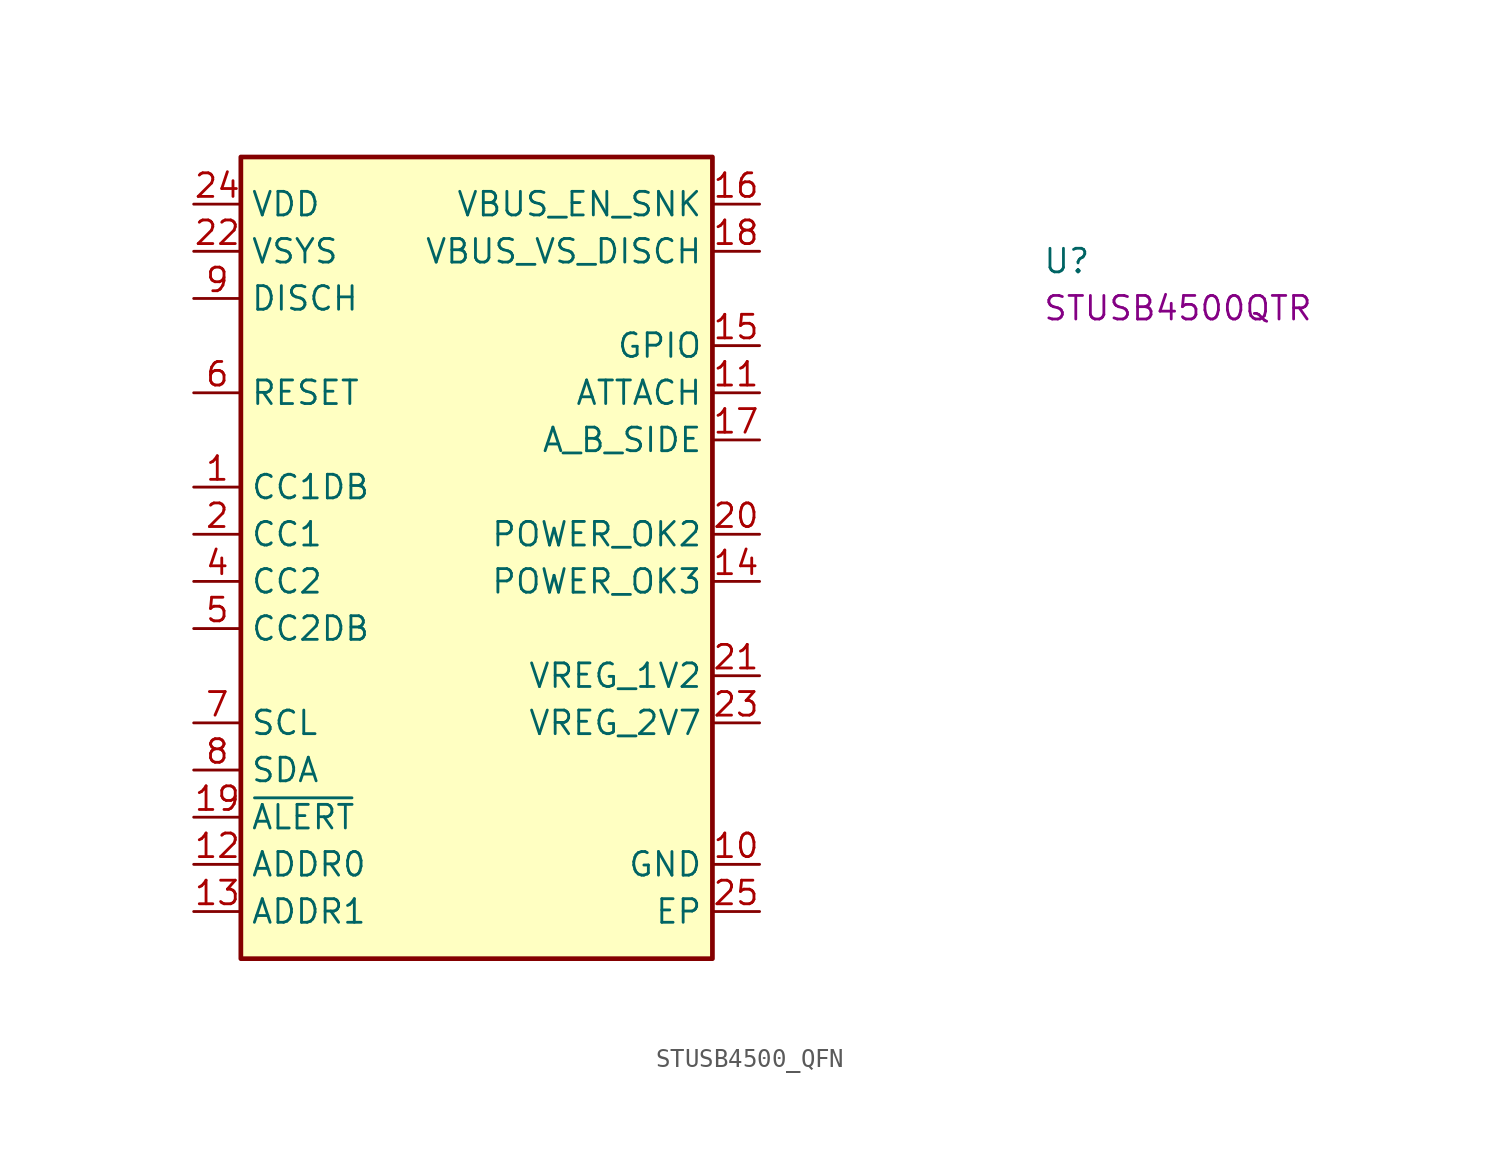
<source format=kicad_sym>
(kicad_symbol_lib
  (version 20220914)
  (generator kicad_symbol_editor)
  (symbol "STUSB4500_QFN"
    (property "Reference" "U"
      (at 45.72 -3.81 0)
      (effects (font (size 1.27 1.27) (thickness 0.15)) (justify left bottom)))
    (property "MPN" "STUSB4500QTR"
      (at 45.72 -6.35 0)
      (effects (font (size 1.27 1.27) (thickness 0.15)) (justify left bottom)))
    (symbol "STUSB4500_QFN_1_1"
      (rectangle (start 2.54 2.54) (end 27.94 -40.64) (stroke (width 0.254) (type default)) (fill (type background)))
      (pin bidirectional line (at 0 -15.24 0) (length 2.54) (name "CC1DB" (effects (font (size 1.27 1.27)))) (number "1" (effects (font (size 1.27 1.27)))))
      (pin power_in line (at 30.48 -35.56 180) (length 2.54) (name "GND" (effects (font (size 1.27 1.27)))) (number "10" (effects (font (size 1.27 1.27)))))
      (pin output line (at 30.48 -10.16 180) (length 2.54) (name "ATTACH" (effects (font (size 1.27 1.27)))) (number "11" (effects (font (size 1.27 1.27)))))
      (pin input line (at 0 -35.56 0) (length 2.54) (name "ADDR0" (effects (font (size 1.27 1.27)))) (number "12" (effects (font (size 1.27 1.27)))))
      (pin input line (at 0 -38.1 0) (length 2.54) (name "ADDR1" (effects (font (size 1.27 1.27)))) (number "13" (effects (font (size 1.27 1.27)))))
      (pin output line (at 30.48 -20.32 180) (length 2.54) (name "POWER_OK3" (effects (font (size 1.27 1.27)))) (number "14" (effects (font (size 1.27 1.27)))))
      (pin output line (at 30.48 -7.62 180) (length 2.54) (name "GPIO" (effects (font (size 1.27 1.27)))) (number "15" (effects (font (size 1.27 1.27)))))
      (pin output line (at 30.48 0 180) (length 2.54) (name "VBUS_EN_SNK" (effects (font (size 1.27 1.27)))) (number "16" (effects (font (size 1.27 1.27)))))
      (pin output line (at 30.48 -12.7 180) (length 2.54) (name "A_B_SIDE" (effects (font (size 1.27 1.27)))) (number "17" (effects (font (size 1.27 1.27)))))
      (pin input line (at 30.48 -2.54 180) (length 2.54) (name "VBUS_VS_DISCH" (effects (font (size 1.27 1.27)))) (number "18" (effects (font (size 1.27 1.27)))))
      (pin output line (at 0 -33.02 0) (length 2.54) (name "~{ALERT}" (effects (font (size 1.27 1.27)))) (number "19" (effects (font (size 1.27 1.27)))))
      (pin bidirectional line (at 0 -17.78 0) (length 2.54) (name "CC1" (effects (font (size 1.27 1.27)))) (number "2" (effects (font (size 1.27 1.27)))))
      (pin output line (at 30.48 -17.78 180) (length 2.54) (name "POWER_OK2" (effects (font (size 1.27 1.27)))) (number "20" (effects (font (size 1.27 1.27)))))
      (pin output line (at 30.48 -25.4 180) (length 2.54) (name "VREG_1V2" (effects (font (size 1.27 1.27)))) (number "21" (effects (font (size 1.27 1.27)))))
      (pin power_in line (at 0 -2.54 0) (length 2.54) (name "VSYS" (effects (font (size 1.27 1.27)))) (number "22" (effects (font (size 1.27 1.27)))))
      (pin output line (at 30.48 -27.94 180) (length 2.54) (name "VREG_2V7" (effects (font (size 1.27 1.27)))) (number "23" (effects (font (size 1.27 1.27)))))
      (pin power_in line (at 0 0 0) (length 2.54) (name "VDD" (effects (font (size 1.27 1.27)))) (number "24" (effects (font (size 1.27 1.27)))))
      (pin power_in line (at 30.48 -38.1 180) (length 2.54) (name "EP" (effects (font (size 1.27 1.27)))) (number "25" (effects (font (size 1.27 1.27)))))
      (pin no_connect line (at 27.94 -31.75 180) (length 2.54) hide (name "NC" (effects (font (size 1.27 1.27)))) (number "3" (effects (font (size 1.27 1.27)))))
      (pin bidirectional line (at 0 -20.32 0) (length 2.54) (name "CC2" (effects (font (size 1.27 1.27)))) (number "4" (effects (font (size 1.27 1.27)))))
      (pin bidirectional line (at 0 -22.86 0) (length 2.54) (name "CC2DB" (effects (font (size 1.27 1.27)))) (number "5" (effects (font (size 1.27 1.27)))))
      (pin input line (at 0 -10.16 0) (length 2.54) (name "RESET" (effects (font (size 1.27 1.27)))) (number "6" (effects (font (size 1.27 1.27)))))
      (pin input line (at 0 -27.94 0) (length 2.54) (name "SCL" (effects (font (size 1.27 1.27)))) (number "7" (effects (font (size 1.27 1.27)))))
      (pin bidirectional line (at 0 -30.48 0) (length 2.54) (name "SDA" (effects (font (size 1.27 1.27)))) (number "8" (effects (font (size 1.27 1.27)))))
      (pin bidirectional line (at 0 -5.08 0) (length 2.54) (name "DISCH" (effects (font (size 1.27 1.27)))) (number "9" (effects (font (size 1.27 1.27))))))))
</source>
